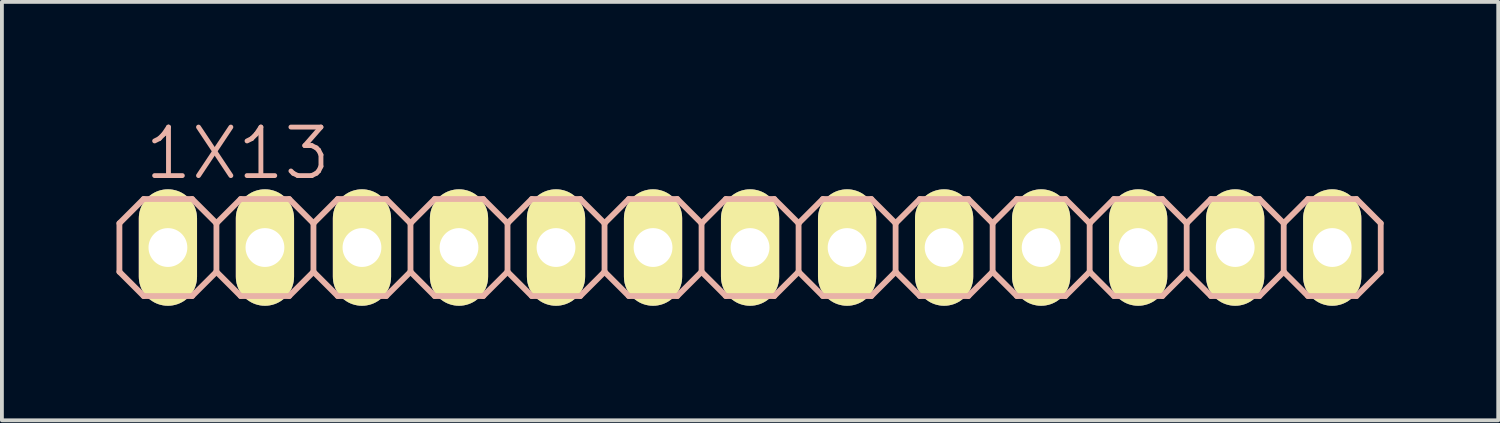
<source format=kicad_pcb>
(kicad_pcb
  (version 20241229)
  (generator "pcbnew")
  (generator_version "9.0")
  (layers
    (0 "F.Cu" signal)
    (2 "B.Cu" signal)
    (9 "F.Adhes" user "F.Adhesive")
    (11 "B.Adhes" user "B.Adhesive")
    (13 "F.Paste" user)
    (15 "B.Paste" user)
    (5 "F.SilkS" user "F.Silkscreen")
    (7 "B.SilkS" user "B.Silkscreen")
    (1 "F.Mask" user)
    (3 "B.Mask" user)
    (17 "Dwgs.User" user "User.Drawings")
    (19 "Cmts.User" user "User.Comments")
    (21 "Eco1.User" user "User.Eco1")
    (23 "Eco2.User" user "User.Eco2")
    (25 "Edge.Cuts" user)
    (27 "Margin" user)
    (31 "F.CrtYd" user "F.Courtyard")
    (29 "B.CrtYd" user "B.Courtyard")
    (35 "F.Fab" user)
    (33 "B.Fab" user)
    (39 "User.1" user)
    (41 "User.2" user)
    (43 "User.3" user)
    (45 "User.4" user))
  (footprint "1X13"
    (layer "F.Cu")
    (at 16.586 3.43)
    (property "Reference" "1X13" (at -13.411 -2.464 0) (layer "B.SilkS") (effects (font (size 1.27 1.27) (thickness 0.127))))
    (attr exclude_from_pos_files exclude_from_bom)
    (fp_line (start -15.494 -0.254) (end -14.986 -0.254) (stroke (width 0.066) (type solid)) (layer "F.SilkS"))
    (fp_line (start -15.494 0.254) (end -15.494 -0.254) (stroke (width 0.066) (type solid)) (layer "F.SilkS"))
    (fp_line (start -15.494 0.254) (end -14.986 0.254) (stroke (width 0.066) (type solid)) (layer "F.SilkS"))
    (fp_line (start -14.986 0.254) (end -14.986 -0.254) (stroke (width 0.066) (type solid)) (layer "F.SilkS"))
    (fp_line (start -12.954 -0.254) (end -12.446 -0.254) (stroke (width 0.066) (type solid)) (layer "F.SilkS"))
    (fp_line (start -12.954 0.254) (end -12.954 -0.254) (stroke (width 0.066) (type solid)) (layer "F.SilkS"))
    (fp_line (start -12.954 0.254) (end -12.446 0.254) (stroke (width 0.066) (type solid)) (layer "F.SilkS"))
    (fp_line (start -12.446 0.254) (end -12.446 -0.254) (stroke (width 0.066) (type solid)) (layer "F.SilkS"))
    (fp_line (start -10.414 -0.254) (end -9.906 -0.254) (stroke (width 0.066) (type solid)) (layer "F.SilkS"))
    (fp_line (start -10.414 0.254) (end -10.414 -0.254) (stroke (width 0.066) (type solid)) (layer "F.SilkS"))
    (fp_line (start -10.414 0.254) (end -9.906 0.254) (stroke (width 0.066) (type solid)) (layer "F.SilkS"))
    (fp_line (start -9.906 0.254) (end -9.906 -0.254) (stroke (width 0.066) (type solid)) (layer "F.SilkS"))
    (fp_line (start -7.874 -0.254) (end -7.366 -0.254) (stroke (width 0.066) (type solid)) (layer "F.SilkS"))
    (fp_line (start -7.874 0.254) (end -7.874 -0.254) (stroke (width 0.066) (type solid)) (layer "F.SilkS"))
    (fp_line (start -7.874 0.254) (end -7.366 0.254) (stroke (width 0.066) (type solid)) (layer "F.SilkS"))
    (fp_line (start -7.366 0.254) (end -7.366 -0.254) (stroke (width 0.066) (type solid)) (layer "F.SilkS"))
    (fp_line (start -5.334 -0.254) (end -4.826 -0.254) (stroke (width 0.066) (type solid)) (layer "F.SilkS"))
    (fp_line (start -5.334 0.254) (end -5.334 -0.254) (stroke (width 0.066) (type solid)) (layer "F.SilkS"))
    (fp_line (start -5.334 0.254) (end -4.826 0.254) (stroke (width 0.066) (type solid)) (layer "F.SilkS"))
    (fp_line (start -4.826 0.254) (end -4.826 -0.254) (stroke (width 0.066) (type solid)) (layer "F.SilkS"))
    (fp_line (start -2.794 -0.254) (end -2.286 -0.254) (stroke (width 0.066) (type solid)) (layer "F.SilkS"))
    (fp_line (start -2.794 0.254) (end -2.794 -0.254) (stroke (width 0.066) (type solid)) (layer "F.SilkS"))
    (fp_line (start -2.794 0.254) (end -2.286 0.254) (stroke (width 0.066) (type solid)) (layer "F.SilkS"))
    (fp_line (start -2.286 0.254) (end -2.286 -0.254) (stroke (width 0.066) (type solid)) (layer "F.SilkS"))
    (fp_line (start -0.254 -0.254) (end 0.254 -0.254) (stroke (width 0.066) (type solid)) (layer "F.SilkS"))
    (fp_line (start -0.254 0.254) (end -0.254 -0.254) (stroke (width 0.066) (type solid)) (layer "F.SilkS"))
    (fp_line (start -0.254 0.254) (end 0.254 0.254) (stroke (width 0.066) (type solid)) (layer "F.SilkS"))
    (fp_line (start 0.254 0.254) (end 0.254 -0.254) (stroke (width 0.066) (type solid)) (layer "F.SilkS"))
    (fp_line (start 2.286 -0.254) (end 2.794 -0.254) (stroke (width 0.066) (type solid)) (layer "F.SilkS"))
    (fp_line (start 2.286 0.254) (end 2.286 -0.254) (stroke (width 0.066) (type solid)) (layer "F.SilkS"))
    (fp_line (start 2.286 0.254) (end 2.794 0.254) (stroke (width 0.066) (type solid)) (layer "F.SilkS"))
    (fp_line (start 2.794 0.254) (end 2.794 -0.254) (stroke (width 0.066) (type solid)) (layer "F.SilkS"))
    (fp_line (start 4.826 -0.254) (end 5.334 -0.254) (stroke (width 0.066) (type solid)) (layer "F.SilkS"))
    (fp_line (start 4.826 0.254) (end 4.826 -0.254) (stroke (width 0.066) (type solid)) (layer "F.SilkS"))
    (fp_line (start 4.826 0.254) (end 5.334 0.254) (stroke (width 0.066) (type solid)) (layer "F.SilkS"))
    (fp_line (start 5.334 0.254) (end 5.334 -0.254) (stroke (width 0.066) (type solid)) (layer "F.SilkS"))
    (fp_line (start 7.366 -0.254) (end 7.874 -0.254) (stroke (width 0.066) (type solid)) (layer "F.SilkS"))
    (fp_line (start 7.366 0.254) (end 7.366 -0.254) (stroke (width 0.066) (type solid)) (layer "F.SilkS"))
    (fp_line (start 7.366 0.254) (end 7.874 0.254) (stroke (width 0.066) (type solid)) (layer "F.SilkS"))
    (fp_line (start 7.874 0.254) (end 7.874 -0.254) (stroke (width 0.066) (type solid)) (layer "F.SilkS"))
    (fp_line (start 9.906 -0.254) (end 10.414 -0.254) (stroke (width 0.066) (type solid)) (layer "F.SilkS"))
    (fp_line (start 9.906 0.254) (end 9.906 -0.254) (stroke (width 0.066) (type solid)) (layer "F.SilkS"))
    (fp_line (start 9.906 0.254) (end 10.414 0.254) (stroke (width 0.066) (type solid)) (layer "F.SilkS"))
    (fp_line (start 10.414 0.254) (end 10.414 -0.254) (stroke (width 0.066) (type solid)) (layer "F.SilkS"))
    (fp_line (start 12.446 -0.254) (end 12.954 -0.254) (stroke (width 0.066) (type solid)) (layer "F.SilkS"))
    (fp_line (start 12.446 0.254) (end 12.446 -0.254) (stroke (width 0.066) (type solid)) (layer "F.SilkS"))
    (fp_line (start 12.446 0.254) (end 12.954 0.254) (stroke (width 0.066) (type solid)) (layer "F.SilkS"))
    (fp_line (start 12.954 0.254) (end 12.954 -0.254) (stroke (width 0.066) (type solid)) (layer "F.SilkS"))
    (fp_line (start 14.986 -0.254) (end 15.494 -0.254) (stroke (width 0.066) (type solid)) (layer "F.SilkS"))
    (fp_line (start 14.986 0.254) (end 14.986 -0.254) (stroke (width 0.066) (type solid)) (layer "F.SilkS"))
    (fp_line (start 14.986 0.254) (end 15.494 0.254) (stroke (width 0.066) (type solid)) (layer "F.SilkS"))
    (fp_line (start 15.494 0.254) (end 15.494 -0.254) (stroke (width 0.066) (type solid)) (layer "F.SilkS"))
    (fp_line (start -16.51 -0.635) (end -16.51 0.635) (stroke (width 0.152) (type solid)) (layer "B.SilkS"))
    (fp_line (start -16.51 0.635) (end -15.875 1.27) (stroke (width 0.152) (type solid)) (layer "B.SilkS"))
    (fp_line (start -15.875 -1.27) (end -16.51 -0.635) (stroke (width 0.152) (type solid)) (layer "B.SilkS"))
    (fp_line (start -15.875 -1.27) (end -14.605 -1.27) (stroke (width 0.152) (type solid)) (layer "B.SilkS"))
    (fp_line (start -14.605 -1.27) (end -13.97 -0.635) (stroke (width 0.152) (type solid)) (layer "B.SilkS"))
    (fp_line (start -14.605 1.27) (end -15.875 1.27) (stroke (width 0.152) (type solid)) (layer "B.SilkS"))
    (fp_line (start -13.97 -0.635) (end -13.97 0.635) (stroke (width 0.152) (type solid)) (layer "B.SilkS"))
    (fp_line (start -13.97 -0.635) (end -13.335 -1.27) (stroke (width 0.152) (type solid)) (layer "B.SilkS"))
    (fp_line (start -13.97 0.635) (end -14.605 1.27) (stroke (width 0.152) (type solid)) (layer "B.SilkS"))
    (fp_line (start -13.335 -1.27) (end -12.065 -1.27) (stroke (width 0.152) (type solid)) (layer "B.SilkS"))
    (fp_line (start -13.335 1.27) (end -13.97 0.635) (stroke (width 0.152) (type solid)) (layer "B.SilkS"))
    (fp_line (start -12.065 -1.27) (end -11.43 -0.635) (stroke (width 0.152) (type solid)) (layer "B.SilkS"))
    (fp_line (start -12.065 1.27) (end -13.335 1.27) (stroke (width 0.152) (type solid)) (layer "B.SilkS"))
    (fp_line (start -11.43 -0.635) (end -11.43 0.635) (stroke (width 0.152) (type solid)) (layer "B.SilkS"))
    (fp_line (start -11.43 -0.635) (end -10.795 -1.27) (stroke (width 0.152) (type solid)) (layer "B.SilkS"))
    (fp_line (start -11.43 0.635) (end -12.065 1.27) (stroke (width 0.152) (type solid)) (layer "B.SilkS"))
    (fp_line (start -10.795 -1.27) (end -9.525 -1.27) (stroke (width 0.152) (type solid)) (layer "B.SilkS"))
    (fp_line (start -10.795 1.27) (end -11.43 0.635) (stroke (width 0.152) (type solid)) (layer "B.SilkS"))
    (fp_line (start -9.525 -1.27) (end -8.89 -0.635) (stroke (width 0.152) (type solid)) (layer "B.SilkS"))
    (fp_line (start -9.525 1.27) (end -10.795 1.27) (stroke (width 0.152) (type solid)) (layer "B.SilkS"))
    (fp_line (start -8.89 -0.635) (end -8.89 0.635) (stroke (width 0.152) (type solid)) (layer "B.SilkS"))
    (fp_line (start -8.89 0.635) (end -9.525 1.27) (stroke (width 0.152) (type solid)) (layer "B.SilkS"))
    (fp_line (start -8.89 0.635) (end -8.255 1.27) (stroke (width 0.152) (type solid)) (layer "B.SilkS"))
    (fp_line (start -8.255 -1.27) (end -8.89 -0.635) (stroke (width 0.152) (type solid)) (layer "B.SilkS"))
    (fp_line (start -8.255 -1.27) (end -6.985 -1.27) (stroke (width 0.152) (type solid)) (layer "B.SilkS"))
    (fp_line (start -6.985 -1.27) (end -6.35 -0.635) (stroke (width 0.152) (type solid)) (layer "B.SilkS"))
    (fp_line (start -6.985 1.27) (end -8.255 1.27) (stroke (width 0.152) (type solid)) (layer "B.SilkS"))
    (fp_line (start -6.35 -0.635) (end -6.35 0.635) (stroke (width 0.152) (type solid)) (layer "B.SilkS"))
    (fp_line (start -6.35 -0.635) (end -5.715 -1.27) (stroke (width 0.152) (type solid)) (layer "B.SilkS"))
    (fp_line (start -6.35 0.635) (end -6.985 1.27) (stroke (width 0.152) (type solid)) (layer "B.SilkS"))
    (fp_line (start -5.715 -1.27) (end -4.445 -1.27) (stroke (width 0.152) (type solid)) (layer "B.SilkS"))
    (fp_line (start -5.715 1.27) (end -6.35 0.635) (stroke (width 0.152) (type solid)) (layer "B.SilkS"))
    (fp_line (start -4.445 -1.27) (end -3.81 -0.635) (stroke (width 0.152) (type solid)) (layer "B.SilkS"))
    (fp_line (start -4.445 1.27) (end -5.715 1.27) (stroke (width 0.152) (type solid)) (layer "B.SilkS"))
    (fp_line (start -3.81 -0.635) (end -3.81 0.635) (stroke (width 0.152) (type solid)) (layer "B.SilkS"))
    (fp_line (start -3.81 -0.635) (end -3.175 -1.27) (stroke (width 0.152) (type solid)) (layer "B.SilkS"))
    (fp_line (start -3.81 0.635) (end -4.445 1.27) (stroke (width 0.152) (type solid)) (layer "B.SilkS"))
    (fp_line (start -3.175 -1.27) (end -1.905 -1.27) (stroke (width 0.152) (type solid)) (layer "B.SilkS"))
    (fp_line (start -3.175 1.27) (end -3.81 0.635) (stroke (width 0.152) (type solid)) (layer "B.SilkS"))
    (fp_line (start -1.905 -1.27) (end -1.27 -0.635) (stroke (width 0.152) (type solid)) (layer "B.SilkS"))
    (fp_line (start -1.905 1.27) (end -3.175 1.27) (stroke (width 0.152) (type solid)) (layer "B.SilkS"))
    (fp_line (start -1.27 -0.635) (end -1.27 0.635) (stroke (width 0.152) (type solid)) (layer "B.SilkS"))
    (fp_line (start -1.27 0.635) (end -1.905 1.27) (stroke (width 0.152) (type solid)) (layer "B.SilkS"))
    (fp_line (start -1.27 0.635) (end -0.635 1.27) (stroke (width 0.152) (type solid)) (layer "B.SilkS"))
    (fp_line (start -0.635 -1.27) (end -1.27 -0.635) (stroke (width 0.152) (type solid)) (layer "B.SilkS"))
    (fp_line (start -0.635 -1.27) (end 0.635 -1.27) (stroke (width 0.152) (type solid)) (layer "B.SilkS"))
    (fp_line (start 0.635 -1.27) (end 1.27 -0.635) (stroke (width 0.152) (type solid)) (layer "B.SilkS"))
    (fp_line (start 0.635 1.27) (end -0.635 1.27) (stroke (width 0.152) (type solid)) (layer "B.SilkS"))
    (fp_line (start 1.27 -0.635) (end 1.27 0.635) (stroke (width 0.152) (type solid)) (layer "B.SilkS"))
    (fp_line (start 1.27 -0.635) (end 1.905 -1.27) (stroke (width 0.152) (type solid)) (layer "B.SilkS"))
    (fp_line (start 1.27 0.635) (end 0.635 1.27) (stroke (width 0.152) (type solid)) (layer "B.SilkS"))
    (fp_line (start 1.905 -1.27) (end 3.175 -1.27) (stroke (width 0.152) (type solid)) (layer "B.SilkS"))
    (fp_line (start 1.905 1.27) (end 1.27 0.635) (stroke (width 0.152) (type solid)) (layer "B.SilkS"))
    (fp_line (start 3.175 -1.27) (end 3.81 -0.635) (stroke (width 0.152) (type solid)) (layer "B.SilkS"))
    (fp_line (start 3.175 1.27) (end 1.905 1.27) (stroke (width 0.152) (type solid)) (layer "B.SilkS"))
    (fp_line (start 3.81 -0.635) (end 3.81 0.635) (stroke (width 0.152) (type solid)) (layer "B.SilkS"))
    (fp_line (start 3.81 -0.635) (end 4.445 -1.27) (stroke (width 0.152) (type solid)) (layer "B.SilkS"))
    (fp_line (start 3.81 0.635) (end 3.175 1.27) (stroke (width 0.152) (type solid)) (layer "B.SilkS"))
    (fp_line (start 4.445 -1.27) (end 5.715 -1.27) (stroke (width 0.152) (type solid)) (layer "B.SilkS"))
    (fp_line (start 4.445 1.27) (end 3.81 0.635) (stroke (width 0.152) (type solid)) (layer "B.SilkS"))
    (fp_line (start 5.715 -1.27) (end 6.35 -0.635) (stroke (width 0.152) (type solid)) (layer "B.SilkS"))
    (fp_line (start 5.715 1.27) (end 4.445 1.27) (stroke (width 0.152) (type solid)) (layer "B.SilkS"))
    (fp_line (start 6.35 -0.635) (end 6.35 0.635) (stroke (width 0.152) (type solid)) (layer "B.SilkS"))
    (fp_line (start 6.35 0.635) (end 5.715 1.27) (stroke (width 0.152) (type solid)) (layer "B.SilkS"))
    (fp_line (start 6.35 0.635) (end 6.985 1.27) (stroke (width 0.152) (type solid)) (layer "B.SilkS"))
    (fp_line (start 6.985 -1.27) (end 6.35 -0.635) (stroke (width 0.152) (type solid)) (layer "B.SilkS"))
    (fp_line (start 6.985 -1.27) (end 8.255 -1.27) (stroke (width 0.152) (type solid)) (layer "B.SilkS"))
    (fp_line (start 8.255 -1.27) (end 8.89 -0.635) (stroke (width 0.152) (type solid)) (layer "B.SilkS"))
    (fp_line (start 8.255 1.27) (end 6.985 1.27) (stroke (width 0.152) (type solid)) (layer "B.SilkS"))
    (fp_line (start 8.89 -0.635) (end 8.89 0.635) (stroke (width 0.152) (type solid)) (layer "B.SilkS"))
    (fp_line (start 8.89 -0.635) (end 9.525 -1.27) (stroke (width 0.152) (type solid)) (layer "B.SilkS"))
    (fp_line (start 8.89 0.635) (end 8.255 1.27) (stroke (width 0.152) (type solid)) (layer "B.SilkS"))
    (fp_line (start 9.525 -1.27) (end 10.795 -1.27) (stroke (width 0.152) (type solid)) (layer "B.SilkS"))
    (fp_line (start 9.525 1.27) (end 8.89 0.635) (stroke (width 0.152) (type solid)) (layer "B.SilkS"))
    (fp_line (start 10.795 -1.27) (end 11.43 -0.635) (stroke (width 0.152) (type solid)) (layer "B.SilkS"))
    (fp_line (start 10.795 1.27) (end 9.525 1.27) (stroke (width 0.152) (type solid)) (layer "B.SilkS"))
    (fp_line (start 11.43 -0.635) (end 11.43 0.635) (stroke (width 0.152) (type solid)) (layer "B.SilkS"))
    (fp_line (start 11.43 -0.635) (end 12.065 -1.27) (stroke (width 0.152) (type solid)) (layer "B.SilkS"))
    (fp_line (start 11.43 0.635) (end 10.795 1.27) (stroke (width 0.152) (type solid)) (layer "B.SilkS"))
    (fp_line (start 12.065 -1.27) (end 13.335 -1.27) (stroke (width 0.152) (type solid)) (layer "B.SilkS"))
    (fp_line (start 12.065 1.27) (end 11.43 0.635) (stroke (width 0.152) (type solid)) (layer "B.SilkS"))
    (fp_line (start 13.335 -1.27) (end 13.97 -0.635) (stroke (width 0.152) (type solid)) (layer "B.SilkS"))
    (fp_line (start 13.335 1.27) (end 12.065 1.27) (stroke (width 0.152) (type solid)) (layer "B.SilkS"))
    (fp_line (start 13.97 -0.635) (end 13.97 0.635) (stroke (width 0.152) (type solid)) (layer "B.SilkS"))
    (fp_line (start 13.97 -0.635) (end 14.605 -1.27) (stroke (width 0.152) (type solid)) (layer "B.SilkS"))
    (fp_line (start 13.97 0.635) (end 13.335 1.27) (stroke (width 0.152) (type solid)) (layer "B.SilkS"))
    (fp_line (start 14.605 -1.27) (end 15.875 -1.27) (stroke (width 0.152) (type solid)) (layer "B.SilkS"))
    (fp_line (start 14.605 1.27) (end 13.97 0.635) (stroke (width 0.152) (type solid)) (layer "B.SilkS"))
    (fp_line (start 15.875 -1.27) (end 16.51 -0.635) (stroke (width 0.152) (type solid)) (layer "B.SilkS"))
    (fp_line (start 15.875 1.27) (end 14.605 1.27) (stroke (width 0.152) (type solid)) (layer "B.SilkS"))
    (fp_line (start 16.51 -0.635) (end 16.51 0.635) (stroke (width 0.152) (type solid)) (layer "B.SilkS"))
    (fp_line (start 16.51 0.635) (end 15.875 1.27) (stroke (width 0.152) (type solid)) (layer "B.SilkS"))
    (pad "1" thru_hole oval (at -15.24 0 180) (size 1.524 3.048) (drill 1.016) (layers "*.Cu" "F.Mask" "F.SilkS" "F.Paste"))
    (pad "2" thru_hole oval (at -12.7 0 180) (size 1.524 3.048) (drill 1.016) (layers "*.Cu" "F.Mask" "F.SilkS" "F.Paste"))
    (pad "3" thru_hole oval (at -10.16 0 180) (size 1.524 3.048) (drill 1.016) (layers "*.Cu" "F.Mask" "F.SilkS" "F.Paste"))
    (pad "4" thru_hole oval (at -7.62 0 180) (size 1.524 3.048) (drill 1.016) (layers "*.Cu" "F.Mask" "F.SilkS" "F.Paste"))
    (pad "5" thru_hole oval (at -5.08 0 180) (size 1.524 3.048) (drill 1.016) (layers "*.Cu" "F.Mask" "F.SilkS" "F.Paste"))
    (pad "6" thru_hole oval (at -2.54 0 180) (size 1.524 3.048) (drill 1.016) (layers "*.Cu" "F.Mask" "F.SilkS" "F.Paste"))
    (pad "7" thru_hole oval (at 0 0 180) (size 1.524 3.048) (drill 1.016) (layers "*.Cu" "F.Mask" "F.SilkS" "F.Paste"))
    (pad "8" thru_hole oval (at 2.54 0 180) (size 1.524 3.048) (drill 1.016) (layers "*.Cu" "F.Mask" "F.SilkS" "F.Paste"))
    (pad "9" thru_hole oval (at 5.08 0 180) (size 1.524 3.048) (drill 1.016) (layers "*.Cu" "F.Mask" "F.SilkS" "F.Paste"))
    (pad "10" thru_hole oval (at 7.62 0 180) (size 1.524 3.048) (drill 1.016) (layers "*.Cu" "F.Mask" "F.SilkS" "F.Paste"))
    (pad "11" thru_hole oval (at 10.16 0 180) (size 1.524 3.048) (drill 1.016) (layers "*.Cu" "F.Mask" "F.SilkS" "F.Paste"))
    (pad "12" thru_hole oval (at 12.7 0 180) (size 1.524 3.048) (drill 1.016) (layers "*.Cu" "F.Mask" "F.SilkS" "F.Paste"))
    (pad "13" thru_hole oval (at 15.24 0 180) (size 1.524 3.048) (drill 1.016) (layers "*.Cu" "F.Mask" "F.SilkS" "F.Paste")))
  (gr_rect
    (start -3 -3)
    (end 36.172 7.954)
    (stroke (width 0.1) (type default))
    (fill no)
    (layer "Edge.Cuts")))
</source>
